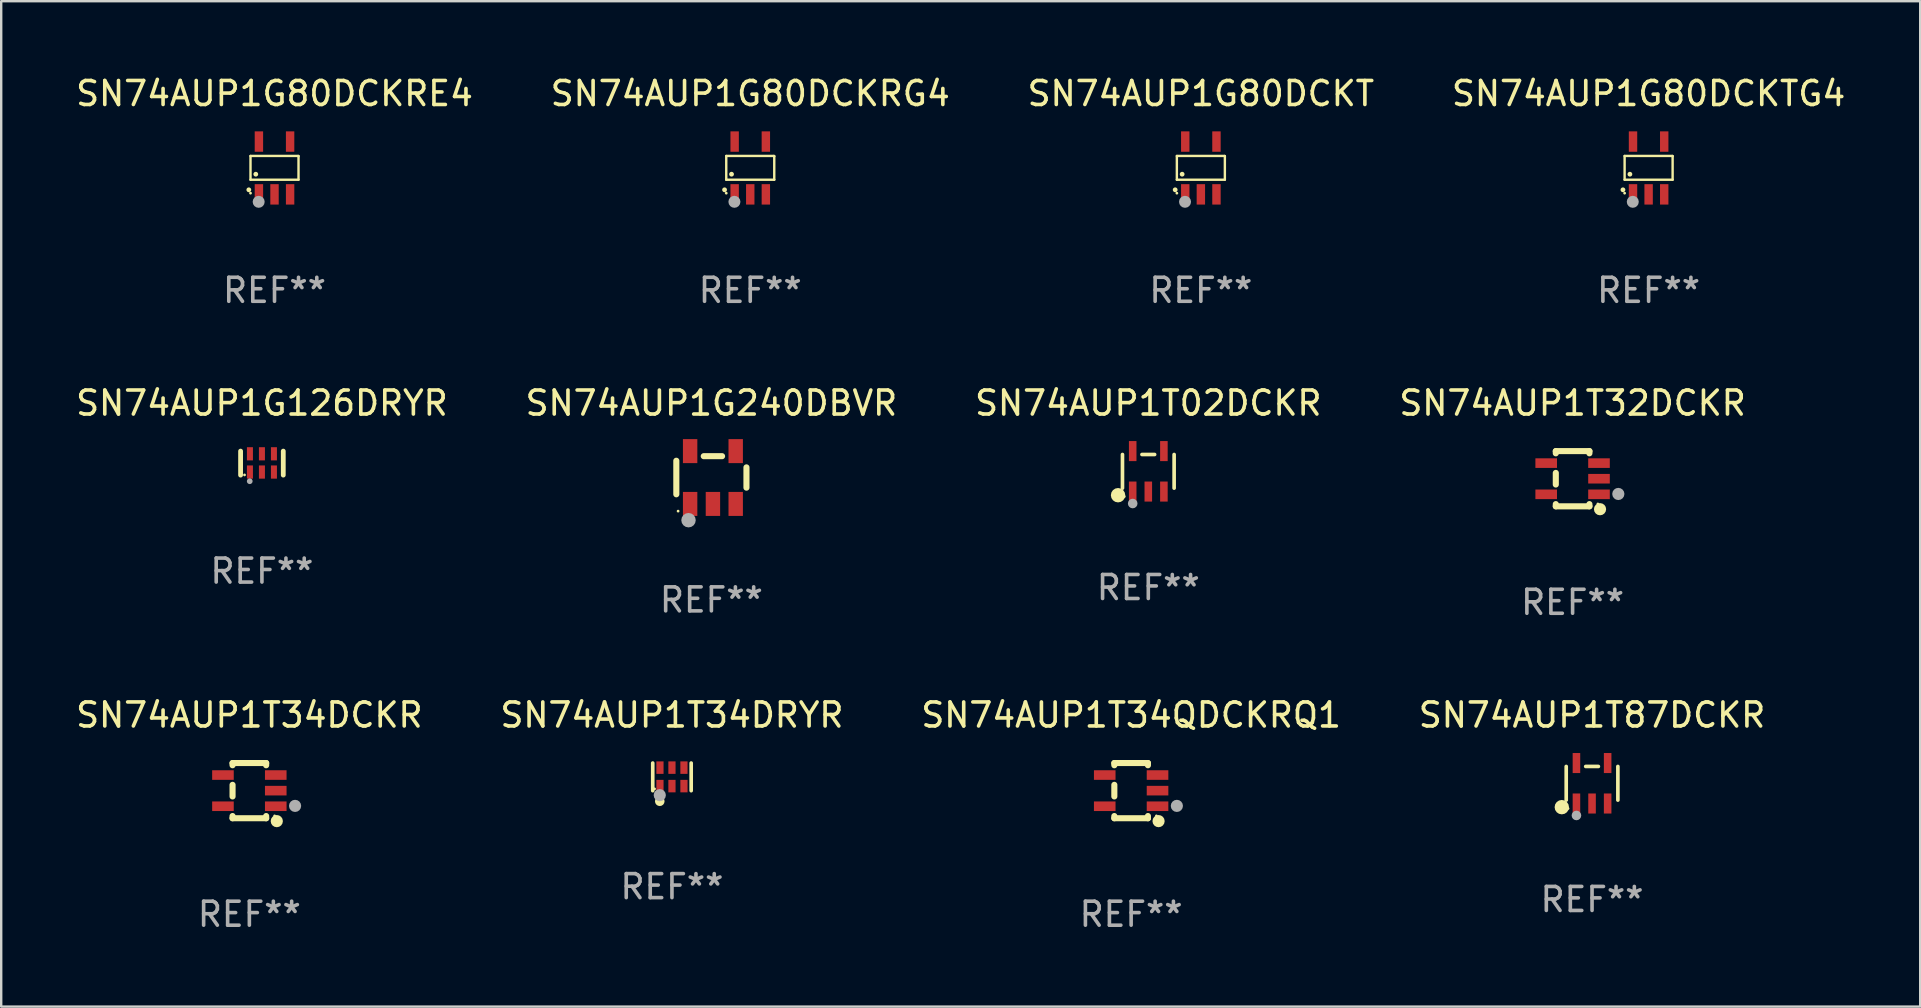
<source format=kicad_pcb>
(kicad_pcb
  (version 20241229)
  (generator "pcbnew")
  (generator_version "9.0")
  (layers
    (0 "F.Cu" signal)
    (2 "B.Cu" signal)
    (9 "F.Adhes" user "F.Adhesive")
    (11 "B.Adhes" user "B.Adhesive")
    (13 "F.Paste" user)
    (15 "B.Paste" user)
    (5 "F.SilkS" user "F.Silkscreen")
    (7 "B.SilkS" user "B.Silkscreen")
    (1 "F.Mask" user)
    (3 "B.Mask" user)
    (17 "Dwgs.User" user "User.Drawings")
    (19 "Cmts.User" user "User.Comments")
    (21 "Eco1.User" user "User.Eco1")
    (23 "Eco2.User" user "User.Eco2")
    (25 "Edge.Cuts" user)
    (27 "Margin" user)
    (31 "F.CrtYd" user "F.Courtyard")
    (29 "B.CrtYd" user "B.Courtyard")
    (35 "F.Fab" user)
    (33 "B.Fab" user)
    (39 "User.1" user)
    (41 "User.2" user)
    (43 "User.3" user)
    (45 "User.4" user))
  (footprint "SN74AUP1G80DCKTG4"
    (layer "F.Cu")
    (at 65.637 3.948)
    (property "Reference" "SN74AUP1G80DCKTG4" (at 0 -3.1 0) (layer "F.SilkS") (effects (font (size 1 1) (thickness 0.15))))
    (attr through_hole)
    (fp_line (start -1 -0.5) (end -1 0.49) (stroke (width 0.1) (type solid)) (layer "F.SilkS"))
    (fp_line (start -1 0.49) (end 1 0.49) (stroke (width 0.1) (type solid)) (layer "F.SilkS"))
    (fp_line (start 0.99 -0.5) (end -1 -0.5) (stroke (width 0.1) (type solid)) (layer "F.SilkS"))
    (fp_line (start 1 -0.49) (end 0.99 -0.5) (stroke (width 0.1) (type solid)) (layer "F.SilkS"))
    (fp_line (start 1 0.49) (end 1 -0.49) (stroke (width 0.1) (type solid)) (layer "F.SilkS"))
    (fp_circle (center -1.07 0.91) (end -1.02 0.91) (stroke (width 0.1) (type solid)) (fill no) (layer "F.SilkS"))
    (fp_circle (center -1 1.05) (end -0.97 1.05) (stroke (width 0.06) (type solid)) (fill no) (layer "F.SilkS"))
    (fp_circle (center -0.78 0.26) (end -0.73 0.26) (stroke (width 0.1) (type solid)) (fill no) (layer "F.SilkS"))
    (fp_circle (center -0.66 1.41) (end -0.535 1.41) (stroke (width 0.25) (type solid)) (fill no) (layer "F.Fab"))
    (fp_text user "REF**" (at 0 5.1 0) (layer "F.Fab") (effects (font (size 1 1) (thickness 0.15))))
    (pad "1" smd rect (at -0.65 1.1) (size 0.35 0.85) (layers "F.Cu" "F.Mask" "F.Paste"))
    (pad "2" smd rect (at 0.000051 1.1) (size 0.35 0.85) (layers "F.Cu" "F.Mask" "F.Paste"))
    (pad "3" smd rect (at 0.65 1.1) (size 0.35 0.85) (layers "F.Cu" "F.Mask" "F.Paste"))
    (pad "4" smd rect (at 0.65 -1.1) (size 0.35 0.85) (layers "F.Cu" "F.Mask" "F.Paste"))
    (pad "5" smd rect (at -0.65 -1.1) (size 0.35 0.85) (layers "F.Cu" "F.Mask" "F.Paste")))
  (footprint "SN74AUP1T34DCKR"
    (layer "F.Cu")
    (at 7.339 29.891)
    (property "Reference" "SN74AUP1T34DCKR" (at 0 -3.15 0) (layer "F.SilkS") (effects (font (size 1 1) (thickness 0.15))))
    (attr through_hole)
    (fp_line (start -0.7 -1.15) (end 0.7 -1.15) (stroke (width 0.254) (type solid)) (layer "F.SilkS"))
    (fp_line (start -0.7 -1.058) (end -0.7 -1.15) (stroke (width 0.254) (type solid)) (layer "F.SilkS"))
    (fp_line (start -0.7 0.242) (end -0.7 -0.242) (stroke (width 0.254) (type solid)) (layer "F.SilkS"))
    (fp_line (start -0.7 1.15) (end -0.7 1.058) (stroke (width 0.254) (type solid)) (layer "F.SilkS"))
    (fp_line (start -0.7 1.15) (end 0.7 1.15) (stroke (width 0.254) (type solid)) (layer "F.SilkS"))
    (fp_line (start 0.7 -1.058) (end 0.7 -1.15) (stroke (width 0.254) (type solid)) (layer "F.SilkS"))
    (fp_line (start 0.7 1.15) (end 0.7 1.058) (stroke (width 0.254) (type solid)) (layer "F.SilkS"))
    (fp_circle (center 1.053 1.052) (end 1.083 1.052) (stroke (width 0.06) (type solid)) (fill no) (layer "F.SilkS"))
    (fp_circle (center 1.143 1.27) (end 1.27 1.27) (stroke (width 0.254) (type solid)) (fill no) (layer "F.SilkS"))
    (fp_circle (center 1.905 0.635) (end 2.032 0.635) (stroke (width 0.254) (type solid)) (fill no) (layer "F.Fab"))
    (fp_text user "REF**" (at 0 5.15 0) (layer "F.Fab") (effects (font (size 1 1) (thickness 0.15))))
    (pad "1" smd rect (at 1.1 0.65 90) (size 0.4 0.9) (layers "F.Cu" "F.Mask" "F.Paste"))
    (pad "2" smd rect (at 1.1 0.000076 90) (size 0.4 0.9) (layers "F.Cu" "F.Mask" "F.Paste"))
    (pad "3" smd rect (at 1.1 -0.65 90) (size 0.4 0.9) (layers "F.Cu" "F.Mask" "F.Paste"))
    (pad "4" smd rect (at -1.1 -0.65 90) (size 0.4 0.9) (layers "F.Cu" "F.Mask" "F.Paste"))
    (pad "5" smd rect (at -1.1 0.65 90) (size 0.4 0.9) (layers "F.Cu" "F.Mask" "F.Paste")))
  (footprint "SN74AUP1T34DRYR"
    (layer "F.Cu")
    (at 24.946 29.317)
    (property "Reference" "SN74AUP1T34DRYR" (at 0 -2.576 0) (layer "F.SilkS") (effects (font (size 1 1) (thickness 0.15))))
    (attr through_hole)
    (fp_line (start -0.801 0.576) (end -0.801 -0.576) (stroke (width 0.152) (type solid)) (layer "F.SilkS"))
    (fp_line (start 0.801 -0.576) (end 0.801 0.576) (stroke (width 0.152) (type solid)) (layer "F.SilkS"))
    (fp_circle (center -0.725 0.5) (end -0.695 0.5) (stroke (width 0.06) (type solid)) (fill no) (layer "F.SilkS"))
    (fp_circle (center -0.508 1.016) (end -0.408 1.016) (stroke (width 0.2) (type solid)) (fill no) (layer "F.SilkS"))
    (fp_circle (center -0.508 0.762) (end -0.381 0.762) (stroke (width 0.254) (type solid)) (fill no) (layer "F.Fab"))
    (fp_text user "REF**" (at 0 4.576 0) (layer "F.Fab") (effects (font (size 1 1) (thickness 0.15))))
    (pad "1" smd rect (at -0.5 0.385) (size 0.3 0.52) (layers "F.Cu" "F.Mask" "F.Paste"))
    (pad "2" smd rect (at 0 0.385) (size 0.3 0.52) (layers "F.Cu" "F.Mask" "F.Paste"))
    (pad "3" smd rect (at 0.5 0.385) (size 0.3 0.52) (layers "F.Cu" "F.Mask" "F.Paste"))
    (pad "4" smd rect (at 0.5 -0.385) (size 0.3 0.52) (layers "F.Cu" "F.Mask" "F.Paste"))
    (pad "5" smd rect (at 0 -0.385) (size 0.3 0.52) (layers "F.Cu" "F.Mask" "F.Paste"))
    (pad "6" smd rect (at -0.5 -0.385) (size 0.3 0.52) (layers "F.Cu" "F.Mask" "F.Paste")))
  (footprint "SN74AUP1G80DCKRE4"
    (layer "F.Cu")
    (at 8.387 3.948)
    (property "Reference" "SN74AUP1G80DCKRE4" (at 0 -3.1 0) (layer "F.SilkS") (effects (font (size 1 1) (thickness 0.15))))
    (attr through_hole)
    (fp_line (start -1 -0.5) (end -1 0.49) (stroke (width 0.1) (type solid)) (layer "F.SilkS"))
    (fp_line (start -1 0.49) (end 1 0.49) (stroke (width 0.1) (type solid)) (layer "F.SilkS"))
    (fp_line (start 0.99 -0.5) (end -1 -0.5) (stroke (width 0.1) (type solid)) (layer "F.SilkS"))
    (fp_line (start 1 -0.49) (end 0.99 -0.5) (stroke (width 0.1) (type solid)) (layer "F.SilkS"))
    (fp_line (start 1 0.49) (end 1 -0.49) (stroke (width 0.1) (type solid)) (layer "F.SilkS"))
    (fp_circle (center -1.07 0.91) (end -1.02 0.91) (stroke (width 0.1) (type solid)) (fill no) (layer "F.SilkS"))
    (fp_circle (center -1 1.05) (end -0.97 1.05) (stroke (width 0.06) (type solid)) (fill no) (layer "F.SilkS"))
    (fp_circle (center -0.78 0.26) (end -0.73 0.26) (stroke (width 0.1) (type solid)) (fill no) (layer "F.SilkS"))
    (fp_circle (center -0.66 1.41) (end -0.535 1.41) (stroke (width 0.25) (type solid)) (fill no) (layer "F.Fab"))
    (fp_text user "REF**" (at 0 5.1 0) (layer "F.Fab") (effects (font (size 1 1) (thickness 0.15))))
    (pad "1" smd rect (at -0.65 1.1) (size 0.35 0.85) (layers "F.Cu" "F.Mask" "F.Paste"))
    (pad "2" smd rect (at 0.000051 1.1) (size 0.35 0.85) (layers "F.Cu" "F.Mask" "F.Paste"))
    (pad "3" smd rect (at 0.65 1.1) (size 0.35 0.85) (layers "F.Cu" "F.Mask" "F.Paste"))
    (pad "4" smd rect (at 0.65 -1.1) (size 0.35 0.85) (layers "F.Cu" "F.Mask" "F.Paste"))
    (pad "5" smd rect (at -0.65 -1.1) (size 0.35 0.85) (layers "F.Cu" "F.Mask" "F.Paste")))
  (footprint "SN74AUP1T02DCKR"
    (layer "F.Cu")
    (at 44.792 16.587)
    (property "Reference" "SN74AUP1T02DCKR" (at 0 -2.843 0) (layer "F.SilkS") (effects (font (size 1 1) (thickness 0.15))))
    (attr through_hole)
    (fp_line (start -1.076 0.701) (end -1.076 -0.701) (stroke (width 0.152) (type solid)) (layer "F.SilkS"))
    (fp_line (start 0.264 -0.701) (end -0.264 -0.701) (stroke (width 0.152) (type solid)) (layer "F.SilkS"))
    (fp_line (start 1.076 0.701) (end 1.076 -0.701) (stroke (width 0.152) (type solid)) (layer "F.SilkS"))
    (fp_circle (center -1.26 0.995) (end -1.11 0.995) (stroke (width 0.3) (type solid)) (fill no) (layer "F.SilkS"))
    (fp_circle (center -1 1.05) (end -0.97 1.05) (stroke (width 0.06) (type solid)) (fill no) (layer "F.SilkS"))
    (fp_circle (center -0.65 1.341) (end -0.55 1.341) (stroke (width 0.2) (type solid)) (fill no) (layer "F.Fab"))
    (fp_text user "REF**" (at 0 4.843 0) (layer "F.Fab") (effects (font (size 1 1) (thickness 0.15))))
    (pad "1" smd rect (at -0.65 0.843) (size 0.315 0.835) (layers "F.Cu" "F.Mask" "F.Paste"))
    (pad "2" smd rect (at 0.00014 0.843) (size 0.315 0.835) (layers "F.Cu" "F.Mask" "F.Paste"))
    (pad "3" smd rect (at 0.65 0.843) (size 0.315 0.835) (layers "F.Cu" "F.Mask" "F.Paste"))
    (pad "4" smd rect (at 0.65 -0.843) (size 0.315 0.835) (layers "F.Cu" "F.Mask" "F.Paste"))
    (pad "5" smd rect (at -0.65 -0.843) (size 0.315 0.835) (layers "F.Cu" "F.Mask" "F.Paste")))
  (footprint "SN74AUP1G80DCKRG4"
    (layer "F.Cu")
    (at 28.208 3.948)
    (property "Reference" "SN74AUP1G80DCKRG4" (at 0 -3.1 0) (layer "F.SilkS") (effects (font (size 1 1) (thickness 0.15))))
    (attr through_hole)
    (fp_line (start -1 -0.5) (end -1 0.49) (stroke (width 0.1) (type solid)) (layer "F.SilkS"))
    (fp_line (start -1 0.49) (end 1 0.49) (stroke (width 0.1) (type solid)) (layer "F.SilkS"))
    (fp_line (start 0.99 -0.5) (end -1 -0.5) (stroke (width 0.1) (type solid)) (layer "F.SilkS"))
    (fp_line (start 1 -0.49) (end 0.99 -0.5) (stroke (width 0.1) (type solid)) (layer "F.SilkS"))
    (fp_line (start 1 0.49) (end 1 -0.49) (stroke (width 0.1) (type solid)) (layer "F.SilkS"))
    (fp_circle (center -1.07 0.91) (end -1.02 0.91) (stroke (width 0.1) (type solid)) (fill no) (layer "F.SilkS"))
    (fp_circle (center -1 1.05) (end -0.97 1.05) (stroke (width 0.06) (type solid)) (fill no) (layer "F.SilkS"))
    (fp_circle (center -0.78 0.26) (end -0.73 0.26) (stroke (width 0.1) (type solid)) (fill no) (layer "F.SilkS"))
    (fp_circle (center -0.66 1.41) (end -0.535 1.41) (stroke (width 0.25) (type solid)) (fill no) (layer "F.Fab"))
    (fp_text user "REF**" (at 0 5.1 0) (layer "F.Fab") (effects (font (size 1 1) (thickness 0.15))))
    (pad "1" smd rect (at -0.65 1.1) (size 0.35 0.85) (layers "F.Cu" "F.Mask" "F.Paste"))
    (pad "2" smd rect (at 0.000051 1.1) (size 0.35 0.85) (layers "F.Cu" "F.Mask" "F.Paste"))
    (pad "3" smd rect (at 0.65 1.1) (size 0.35 0.85) (layers "F.Cu" "F.Mask" "F.Paste"))
    (pad "4" smd rect (at 0.65 -1.1) (size 0.35 0.85) (layers "F.Cu" "F.Mask" "F.Paste"))
    (pad "5" smd rect (at -0.65 -1.1) (size 0.35 0.85) (layers "F.Cu" "F.Mask" "F.Paste")))
  (footprint "SN74AUP1T32DCKR"
    (layer "F.Cu")
    (at 62.47 16.895)
    (property "Reference" "SN74AUP1T32DCKR" (at 0 -3.15 0) (layer "F.SilkS") (effects (font (size 1 1) (thickness 0.15))))
    (attr through_hole)
    (fp_line (start -0.7 -1.15) (end 0.7 -1.15) (stroke (width 0.254) (type solid)) (layer "F.SilkS"))
    (fp_line (start -0.7 -1.058) (end -0.7 -1.15) (stroke (width 0.254) (type solid)) (layer "F.SilkS"))
    (fp_line (start -0.7 0.242) (end -0.7 -0.242) (stroke (width 0.254) (type solid)) (layer "F.SilkS"))
    (fp_line (start -0.7 1.15) (end -0.7 1.058) (stroke (width 0.254) (type solid)) (layer "F.SilkS"))
    (fp_line (start -0.7 1.15) (end 0.7 1.15) (stroke (width 0.254) (type solid)) (layer "F.SilkS"))
    (fp_line (start 0.7 -1.058) (end 0.7 -1.15) (stroke (width 0.254) (type solid)) (layer "F.SilkS"))
    (fp_line (start 0.7 1.15) (end 0.7 1.058) (stroke (width 0.254) (type solid)) (layer "F.SilkS"))
    (fp_circle (center 1.053 1.052) (end 1.083 1.052) (stroke (width 0.06) (type solid)) (fill no) (layer "F.SilkS"))
    (fp_circle (center 1.143 1.27) (end 1.27 1.27) (stroke (width 0.254) (type solid)) (fill no) (layer "F.SilkS"))
    (fp_circle (center 1.905 0.635) (end 2.032 0.635) (stroke (width 0.254) (type solid)) (fill no) (layer "F.Fab"))
    (fp_text user "REF**" (at 0 5.15 0) (layer "F.Fab") (effects (font (size 1 1) (thickness 0.15))))
    (pad "1" smd rect (at 1.1 0.65 90) (size 0.4 0.9) (layers "F.Cu" "F.Mask" "F.Paste"))
    (pad "2" smd rect (at 1.1 0.000076 90) (size 0.4 0.9) (layers "F.Cu" "F.Mask" "F.Paste"))
    (pad "3" smd rect (at 1.1 -0.65 90) (size 0.4 0.9) (layers "F.Cu" "F.Mask" "F.Paste"))
    (pad "4" smd rect (at -1.1 -0.65 90) (size 0.4 0.9) (layers "F.Cu" "F.Mask" "F.Paste"))
    (pad "5" smd rect (at -1.1 0.65 90) (size 0.4 0.9) (layers "F.Cu" "F.Mask" "F.Paste")))
  (footprint "SN74AUP1G240DBVR"
    (layer "F.Cu")
    (at 26.589 16.845)
    (property "Reference" "SN74AUP1G240DBVR" (at 0 -3.1 0) (layer "F.SilkS") (effects (font (size 1 1) (thickness 0.15))))
    (attr through_hole)
    (fp_line (start -1.461 -0.699) (end -1.461 0.699) (stroke (width 0.254) (type solid)) (layer "F.SilkS"))
    (fp_line (start -0.318 -0.889) (end 0.445 -0.889) (stroke (width 0.254) (type solid)) (layer "F.SilkS"))
    (fp_line (start 1.461 -0.422) (end 1.461 0.422) (stroke (width 0.254) (type solid)) (layer "F.SilkS"))
    (fp_circle (center -1.387 1.4) (end -1.357 1.4) (stroke (width 0.06) (type solid)) (fill no) (layer "F.SilkS"))
    (fp_circle (center -0.953 1.778) (end -0.802 1.778) (stroke (width 0.3) (type solid)) (fill no) (layer "F.Fab"))
    (fp_text user "REF**" (at 0 5.1 0) (layer "F.Fab") (effects (font (size 1 1) (thickness 0.15))))
    (pad "1" smd rect (at -0.886 1.1) (size 0.6 1) (layers "F.Cu" "F.Mask" "F.Paste"))
    (pad "2" smd rect (at 0.064 1.1) (size 0.6 1) (layers "F.Cu" "F.Mask" "F.Paste"))
    (pad "3" smd rect (at 1.013 1.1) (size 0.6 1) (layers "F.Cu" "F.Mask" "F.Paste"))
    (pad "4" smd rect (at 1.013 -1.1) (size 0.6 1) (layers "F.Cu" "F.Mask" "F.Paste"))
    (pad "5" smd rect (at -0.886 -1.1) (size 0.6 1) (layers "F.Cu" "F.Mask" "F.Paste")))
  (footprint "SN74AUP1G80DCKT"
    (layer "F.Cu")
    (at 46.982 3.948)
    (property "Reference" "SN74AUP1G80DCKT" (at 0 -3.1 0) (layer "F.SilkS") (effects (font (size 1 1) (thickness 0.15))))
    (attr through_hole)
    (fp_line (start -1 -0.5) (end -1 0.49) (stroke (width 0.1) (type solid)) (layer "F.SilkS"))
    (fp_line (start -1 0.49) (end 1 0.49) (stroke (width 0.1) (type solid)) (layer "F.SilkS"))
    (fp_line (start 0.99 -0.5) (end -1 -0.5) (stroke (width 0.1) (type solid)) (layer "F.SilkS"))
    (fp_line (start 1 -0.49) (end 0.99 -0.5) (stroke (width 0.1) (type solid)) (layer "F.SilkS"))
    (fp_line (start 1 0.49) (end 1 -0.49) (stroke (width 0.1) (type solid)) (layer "F.SilkS"))
    (fp_circle (center -1.07 0.91) (end -1.02 0.91) (stroke (width 0.1) (type solid)) (fill no) (layer "F.SilkS"))
    (fp_circle (center -1 1.05) (end -0.97 1.05) (stroke (width 0.06) (type solid)) (fill no) (layer "F.SilkS"))
    (fp_circle (center -0.78 0.26) (end -0.73 0.26) (stroke (width 0.1) (type solid)) (fill no) (layer "F.SilkS"))
    (fp_circle (center -0.66 1.41) (end -0.535 1.41) (stroke (width 0.25) (type solid)) (fill no) (layer "F.Fab"))
    (fp_text user "REF**" (at 0 5.1 0) (layer "F.Fab") (effects (font (size 1 1) (thickness 0.15))))
    (pad "1" smd rect (at -0.65 1.1) (size 0.35 0.85) (layers "F.Cu" "F.Mask" "F.Paste"))
    (pad "2" smd rect (at 0.000051 1.1) (size 0.35 0.85) (layers "F.Cu" "F.Mask" "F.Paste"))
    (pad "3" smd rect (at 0.65 1.1) (size 0.35 0.85) (layers "F.Cu" "F.Mask" "F.Paste"))
    (pad "4" smd rect (at 0.65 -1.1) (size 0.35 0.85) (layers "F.Cu" "F.Mask" "F.Paste"))
    (pad "5" smd rect (at -0.65 -1.1) (size 0.35 0.85) (layers "F.Cu" "F.Mask" "F.Paste")))
  (footprint "SN74AUP1G126DRYR"
    (layer "F.Cu")
    (at 7.863 16.245)
    (property "Reference" "SN74AUP1G126DRYR" (at 0 -2.5 0) (layer "F.SilkS") (effects (font (size 1 1) (thickness 0.15))))
    (attr through_hole)
    (fp_line (start -0.889 0.5) (end -0.889 -0.5) (stroke (width 0.2) (type solid)) (layer "F.SilkS"))
    (fp_line (start 0.889 0.5) (end 0.889 -0.5) (stroke (width 0.2) (type solid)) (layer "F.SilkS"))
    (fp_circle (center -0.725 0.492) (end -0.695 0.492) (stroke (width 0.06) (type solid)) (fill no) (layer "F.SilkS"))
    (fp_circle (center -0.508 0.754) (end -0.448 0.754) (stroke (width 0.12) (type solid)) (fill no) (layer "F.Fab"))
    (fp_text user "REF**" (at 0 4.5 0) (layer "F.Fab") (effects (font (size 1 1) (thickness 0.15))))
    (pad "1" smd rect (at -0.5 0.372) (size 0.25 0.55) (layers "F.Cu" "F.Mask" "F.Paste"))
    (pad "2" smd rect (at -0.000127 0.372) (size 0.25 0.55) (layers "F.Cu" "F.Mask" "F.Paste"))
    (pad "3" smd rect (at 0.5 0.372) (size 0.25 0.55) (layers "F.Cu" "F.Mask" "F.Paste"))
    (pad "4" smd rect (at 0.5 -0.388 180) (size 0.25 0.55) (layers "F.Cu" "F.Mask" "F.Paste"))
    (pad "5" smd rect (at -0.000127 -0.388 180) (size 0.25 0.55) (layers "F.Cu" "F.Mask" "F.Paste"))
    (pad "6" smd rect (at -0.5 -0.388 180) (size 0.25 0.55) (layers "F.Cu" "F.Mask" "F.Paste")))
  (footprint "SN74AUP1T87DCKR"
    (layer "F.Cu")
    (at 63.28 29.584)
    (property "Reference" "SN74AUP1T87DCKR" (at 0 -2.843 0) (layer "F.SilkS") (effects (font (size 1 1) (thickness 0.15))))
    (attr through_hole)
    (fp_line (start -1.076 0.701) (end -1.076 -0.701) (stroke (width 0.152) (type solid)) (layer "F.SilkS"))
    (fp_line (start 0.264 -0.701) (end -0.264 -0.701) (stroke (width 0.152) (type solid)) (layer "F.SilkS"))
    (fp_line (start 1.076 0.701) (end 1.076 -0.701) (stroke (width 0.152) (type solid)) (layer "F.SilkS"))
    (fp_circle (center -1.26 0.995) (end -1.11 0.995) (stroke (width 0.3) (type solid)) (fill no) (layer "F.SilkS"))
    (fp_circle (center -1 1.05) (end -0.97 1.05) (stroke (width 0.06) (type solid)) (fill no) (layer "F.SilkS"))
    (fp_circle (center -0.65 1.341) (end -0.55 1.341) (stroke (width 0.2) (type solid)) (fill no) (layer "F.Fab"))
    (fp_text user "REF**" (at 0 4.843 0) (layer "F.Fab") (effects (font (size 1 1) (thickness 0.15))))
    (pad "1" smd rect (at -0.65 0.843) (size 0.315 0.835) (layers "F.Cu" "F.Mask" "F.Paste"))
    (pad "2" smd rect (at 0.00014 0.843) (size 0.315 0.835) (layers "F.Cu" "F.Mask" "F.Paste"))
    (pad "3" smd rect (at 0.65 0.843) (size 0.315 0.835) (layers "F.Cu" "F.Mask" "F.Paste"))
    (pad "4" smd rect (at 0.65 -0.843) (size 0.315 0.835) (layers "F.Cu" "F.Mask" "F.Paste"))
    (pad "5" smd rect (at -0.65 -0.843) (size 0.315 0.835) (layers "F.Cu" "F.Mask" "F.Paste")))
  (footprint "SN74AUP1T34QDCKRQ1"
    (layer "F.Cu")
    (at 44.077 29.891)
    (property "Reference" "SN74AUP1T34QDCKRQ1" (at 0 -3.15 0) (layer "F.SilkS") (effects (font (size 1 1) (thickness 0.15))))
    (attr through_hole)
    (fp_line (start -0.7 -1.15) (end 0.7 -1.15) (stroke (width 0.254) (type solid)) (layer "F.SilkS"))
    (fp_line (start -0.7 -1.058) (end -0.7 -1.15) (stroke (width 0.254) (type solid)) (layer "F.SilkS"))
    (fp_line (start -0.7 0.242) (end -0.7 -0.242) (stroke (width 0.254) (type solid)) (layer "F.SilkS"))
    (fp_line (start -0.7 1.15) (end -0.7 1.058) (stroke (width 0.254) (type solid)) (layer "F.SilkS"))
    (fp_line (start -0.7 1.15) (end 0.7 1.15) (stroke (width 0.254) (type solid)) (layer "F.SilkS"))
    (fp_line (start 0.7 -1.058) (end 0.7 -1.15) (stroke (width 0.254) (type solid)) (layer "F.SilkS"))
    (fp_line (start 0.7 1.15) (end 0.7 1.058) (stroke (width 0.254) (type solid)) (layer "F.SilkS"))
    (fp_circle (center 1.053 1.052) (end 1.083 1.052) (stroke (width 0.06) (type solid)) (fill no) (layer "F.SilkS"))
    (fp_circle (center 1.143 1.27) (end 1.27 1.27) (stroke (width 0.254) (type solid)) (fill no) (layer "F.SilkS"))
    (fp_circle (center 1.905 0.635) (end 2.032 0.635) (stroke (width 0.254) (type solid)) (fill no) (layer "F.Fab"))
    (fp_text user "REF**" (at 0 5.15 0) (layer "F.Fab") (effects (font (size 1 1) (thickness 0.15))))
    (pad "1" smd rect (at 1.1 0.65 90) (size 0.4 0.9) (layers "F.Cu" "F.Mask" "F.Paste"))
    (pad "2" smd rect (at 1.1 0.000076 90) (size 0.4 0.9) (layers "F.Cu" "F.Mask" "F.Paste"))
    (pad "3" smd rect (at 1.1 -0.65 90) (size 0.4 0.9) (layers "F.Cu" "F.Mask" "F.Paste"))
    (pad "4" smd rect (at -1.1 -0.65 90) (size 0.4 0.9) (layers "F.Cu" "F.Mask" "F.Paste"))
    (pad "5" smd rect (at -1.1 0.65 90) (size 0.4 0.9) (layers "F.Cu" "F.Mask" "F.Paste")))
  (gr_rect
    (start -3 -3)
    (end 76.952 38.889)
    (stroke (width 0.1) (type default))
    (fill no)
    (layer "Edge.Cuts")))
</source>
